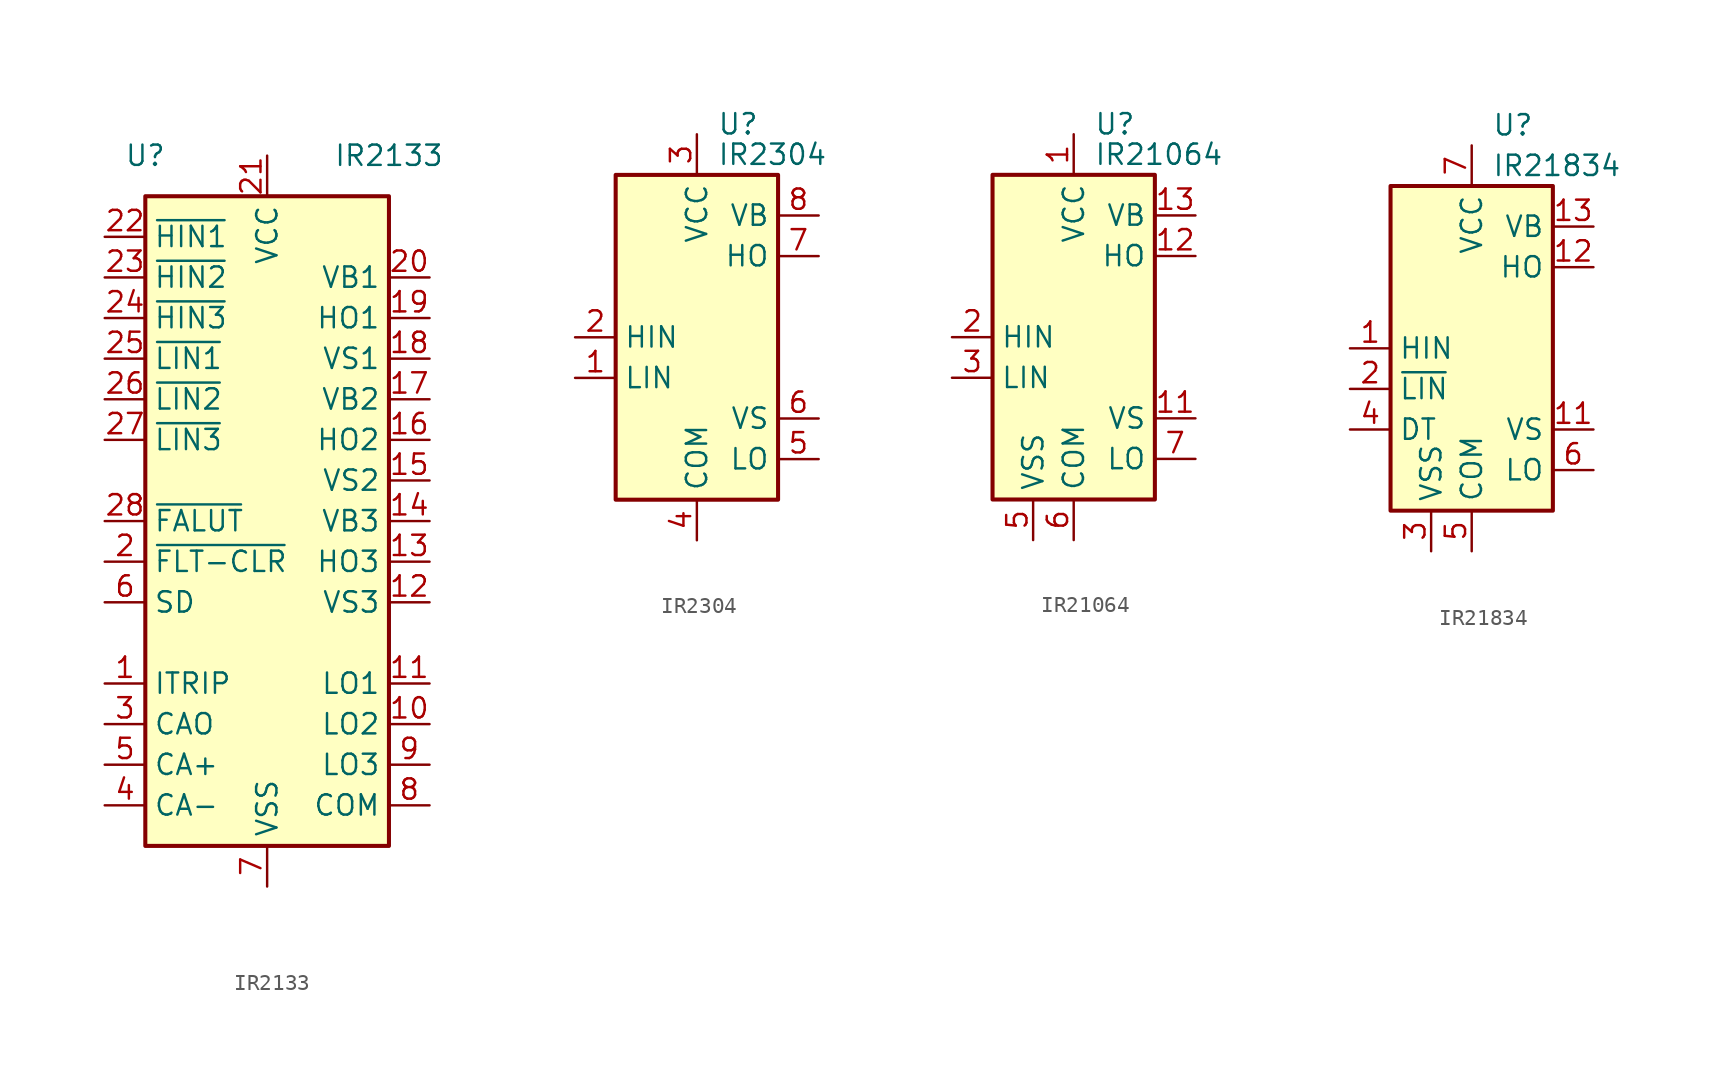
<source format=kicad_sym>
(kicad_symbol_lib
  (version 20211014)
  (generator kicad_symbol_editor)
  (symbol "IR2133"
    (property "Reference" "U"
      (at -7.62 22.86 0)
      (effects (font (size 1.27 1.27))))
    (property "Value" "IR2133"
      (at 7.62 22.86 0)
      (effects (font (size 1.27 1.27))))
    (symbol "IR2133_0_1"
      (rectangle (start -7.62 -20.32) (end 7.62 20.32) (stroke (width 0.254) (type default) (color 0 0 0 0)) (fill (type background))))
    (symbol "IR2133_1_1"
      (pin input line (at -10.16 -10.16 0) (length 2.54) (name "ITRIP" (effects (font (size 1.27 1.27)))) (number "1" (effects (font (size 1.27 1.27)))))
      (pin output line (at 10.16 -12.7 180) (length 2.54) (name "LO2" (effects (font (size 1.27 1.27)))) (number "10" (effects (font (size 1.27 1.27)))))
      (pin output line (at 10.16 -10.16 180) (length 2.54) (name "LO1" (effects (font (size 1.27 1.27)))) (number "11" (effects (font (size 1.27 1.27)))))
      (pin passive line (at 10.16 -5.08 180) (length 2.54) (name "VS3" (effects (font (size 1.27 1.27)))) (number "12" (effects (font (size 1.27 1.27)))))
      (pin output line (at 10.16 -2.54 180) (length 2.54) (name "HO3" (effects (font (size 1.27 1.27)))) (number "13" (effects (font (size 1.27 1.27)))))
      (pin passive line (at 10.16 0 180) (length 2.54) (name "VB3" (effects (font (size 1.27 1.27)))) (number "14" (effects (font (size 1.27 1.27)))))
      (pin passive line (at 10.16 2.54 180) (length 2.54) (name "VS2" (effects (font (size 1.27 1.27)))) (number "15" (effects (font (size 1.27 1.27)))))
      (pin output line (at 10.16 5.08 180) (length 2.54) (name "HO2" (effects (font (size 1.27 1.27)))) (number "16" (effects (font (size 1.27 1.27)))))
      (pin passive line (at 10.16 7.62 180) (length 2.54) (name "VB2" (effects (font (size 1.27 1.27)))) (number "17" (effects (font (size 1.27 1.27)))))
      (pin passive line (at 10.16 10.16 180) (length 2.54) (name "VS1" (effects (font (size 1.27 1.27)))) (number "18" (effects (font (size 1.27 1.27)))))
      (pin output line (at 10.16 12.7 180) (length 2.54) (name "HO1" (effects (font (size 1.27 1.27)))) (number "19" (effects (font (size 1.27 1.27)))))
      (pin input line (at -10.16 -2.54 0) (length 2.54) (name "~{FLT-CLR}" (effects (font (size 1.27 1.27)))) (number "2" (effects (font (size 1.27 1.27)))))
      (pin passive line (at 10.16 15.24 180) (length 2.54) (name "VB1" (effects (font (size 1.27 1.27)))) (number "20" (effects (font (size 1.27 1.27)))))
      (pin power_in line (at 0 22.86 270) (length 2.54) (name "VCC" (effects (font (size 1.27 1.27)))) (number "21" (effects (font (size 1.27 1.27)))))
      (pin input line (at -10.16 17.78 0) (length 2.54) (name "~{HIN1}" (effects (font (size 1.27 1.27)))) (number "22" (effects (font (size 1.27 1.27)))))
      (pin input line (at -10.16 15.24 0) (length 2.54) (name "~{HIN2}" (effects (font (size 1.27 1.27)))) (number "23" (effects (font (size 1.27 1.27)))))
      (pin input line (at -10.16 12.7 0) (length 2.54) (name "~{HIN3}" (effects (font (size 1.27 1.27)))) (number "24" (effects (font (size 1.27 1.27)))))
      (pin input line (at -10.16 10.16 0) (length 2.54) (name "~{LIN1}" (effects (font (size 1.27 1.27)))) (number "25" (effects (font (size 1.27 1.27)))))
      (pin input line (at -10.16 7.62 0) (length 2.54) (name "~{LIN2}" (effects (font (size 1.27 1.27)))) (number "26" (effects (font (size 1.27 1.27)))))
      (pin input line (at -10.16 5.08 0) (length 2.54) (name "~{LIN3}" (effects (font (size 1.27 1.27)))) (number "27" (effects (font (size 1.27 1.27)))))
      (pin output line (at -10.16 0 0) (length 2.54) (name "~{FALUT}" (effects (font (size 1.27 1.27)))) (number "28" (effects (font (size 1.27 1.27)))))
      (pin output line (at -10.16 -12.7 0) (length 2.54) (name "CAO" (effects (font (size 1.27 1.27)))) (number "3" (effects (font (size 1.27 1.27)))))
      (pin input line (at -10.16 -17.78 0) (length 2.54) (name "CA-" (effects (font (size 1.27 1.27)))) (number "4" (effects (font (size 1.27 1.27)))))
      (pin input line (at -10.16 -15.24 0) (length 2.54) (name "CA+" (effects (font (size 1.27 1.27)))) (number "5" (effects (font (size 1.27 1.27)))))
      (pin input line (at -10.16 -5.08 0) (length 2.54) (name "SD" (effects (font (size 1.27 1.27)))) (number "6" (effects (font (size 1.27 1.27)))))
      (pin power_in line (at 0 -22.86 90) (length 2.54) (name "VSS" (effects (font (size 1.27 1.27)))) (number "7" (effects (font (size 1.27 1.27)))))
      (pin passive line (at 10.16 -17.78 180) (length 2.54) (name "COM" (effects (font (size 1.27 1.27)))) (number "8" (effects (font (size 1.27 1.27)))))
      (pin output line (at 10.16 -15.24 180) (length 2.54) (name "LO3" (effects (font (size 1.27 1.27)))) (number "9" (effects (font (size 1.27 1.27)))))))
  (symbol "IR2304"
    (property "Reference" "U"
      (at 1.27 13.335 0)
      (effects (font (size 1.27 1.27)) (justify left)))
    (property "Value" "IR2304"
      (at 1.27 11.43 0)
      (effects (font (size 1.27 1.27)) (justify left)))
    (symbol "IR2304_0_1"
      (rectangle (start -5.08 -10.16) (end 5.08 10.16) (stroke (width 0.254) (type default) (color 0 0 0 0)) (fill (type background))))
    (symbol "IR2304_1_1"
      (pin input line (at -7.62 -2.54 0) (length 2.54) (name "LIN" (effects (font (size 1.27 1.27)))) (number "1" (effects (font (size 1.27 1.27)))))
      (pin input line (at -7.62 0 0) (length 2.54) (name "HIN" (effects (font (size 1.27 1.27)))) (number "2" (effects (font (size 1.27 1.27)))))
      (pin power_in line (at 0 12.7 270) (length 2.54) (name "VCC" (effects (font (size 1.27 1.27)))) (number "3" (effects (font (size 1.27 1.27)))))
      (pin power_in line (at 0 -12.7 90) (length 2.54) (name "COM" (effects (font (size 1.27 1.27)))) (number "4" (effects (font (size 1.27 1.27)))))
      (pin output line (at 7.62 -7.62 180) (length 2.54) (name "LO" (effects (font (size 1.27 1.27)))) (number "5" (effects (font (size 1.27 1.27)))))
      (pin passive line (at 7.62 -5.08 180) (length 2.54) (name "VS" (effects (font (size 1.27 1.27)))) (number "6" (effects (font (size 1.27 1.27)))))
      (pin output line (at 7.62 5.08 180) (length 2.54) (name "HO" (effects (font (size 1.27 1.27)))) (number "7" (effects (font (size 1.27 1.27)))))
      (pin passive line (at 7.62 7.62 180) (length 2.54) (name "VB" (effects (font (size 1.27 1.27)))) (number "8" (effects (font (size 1.27 1.27)))))))
  (symbol "IR21064"
    (property "Reference" "U"
      (at 1.27 13.335 0)
      (effects (font (size 1.27 1.27)) (justify left)))
    (property "Value" "IR21064"
      (at 1.27 11.43 0)
      (effects (font (size 1.27 1.27)) (justify left)))
    (symbol "IR21064_0_1"
      (rectangle (start -5.08 -10.16) (end 5.08 10.16) (stroke (width 0.254) (type default) (color 0 0 0 0)) (fill (type background))))
    (symbol "IR21064_1_1"
      (pin power_in line (at 0 12.7 270) (length 2.54) (name "VCC" (effects (font (size 1.27 1.27)))) (number "1" (effects (font (size 1.27 1.27)))))
      (pin no_connect line (at 5.08 2.54 180) (length 2.54) hide (name "NC" (effects (font (size 1.27 1.27)))) (number "10" (effects (font (size 1.27 1.27)))))
      (pin passive line (at 7.62 -5.08 180) (length 2.54) (name "VS" (effects (font (size 1.27 1.27)))) (number "11" (effects (font (size 1.27 1.27)))))
      (pin output line (at 7.62 5.08 180) (length 2.54) (name "HO" (effects (font (size 1.27 1.27)))) (number "12" (effects (font (size 1.27 1.27)))))
      (pin passive line (at 7.62 7.62 180) (length 2.54) (name "VB" (effects (font (size 1.27 1.27)))) (number "13" (effects (font (size 1.27 1.27)))))
      (pin no_connect line (at 5.08 0 180) (length 2.54) hide (name "NC" (effects (font (size 1.27 1.27)))) (number "14" (effects (font (size 1.27 1.27)))))
      (pin input line (at -7.62 0 0) (length 2.54) (name "HIN" (effects (font (size 1.27 1.27)))) (number "2" (effects (font (size 1.27 1.27)))))
      (pin input line (at -7.62 -2.54 0) (length 2.54) (name "LIN" (effects (font (size 1.27 1.27)))) (number "3" (effects (font (size 1.27 1.27)))))
      (pin no_connect line (at -5.08 7.62 0) (length 2.54) hide (name "NC" (effects (font (size 1.27 1.27)))) (number "4" (effects (font (size 1.27 1.27)))))
      (pin power_in line (at -2.54 -12.7 90) (length 2.54) (name "VSS" (effects (font (size 1.27 1.27)))) (number "5" (effects (font (size 1.27 1.27)))))
      (pin power_in line (at 0 -12.7 90) (length 2.54) (name "COM" (effects (font (size 1.27 1.27)))) (number "6" (effects (font (size 1.27 1.27)))))
      (pin output line (at 7.62 -7.62 180) (length 2.54) (name "LO" (effects (font (size 1.27 1.27)))) (number "7" (effects (font (size 1.27 1.27)))))
      (pin no_connect line (at -5.08 5.08 0) (length 2.54) hide (name "NC" (effects (font (size 1.27 1.27)))) (number "8" (effects (font (size 1.27 1.27)))))
      (pin no_connect line (at -5.08 2.54 0) (length 2.54) hide (name "NC" (effects (font (size 1.27 1.27)))) (number "9" (effects (font (size 1.27 1.27)))))))
  (symbol "IR21834"
    (property "Reference" "U"
      (at 1.27 13.97 0)
      (effects (font (size 1.27 1.27)) (justify left)))
    (property "Value" "IR21834"
      (at 1.27 11.43 0)
      (effects (font (size 1.27 1.27)) (justify left)))
    (symbol "IR21834_0_1"
      (rectangle (start -5.08 -10.16) (end 5.08 10.16) (stroke (width 0.254) (type default) (color 0 0 0 0)) (fill (type background))))
    (symbol "IR21834_1_1"
      (pin input line (at -7.62 0 0) (length 2.54) (name "HIN" (effects (font (size 1.27 1.27)))) (number "1" (effects (font (size 1.27 1.27)))))
      (pin no_connect line (at -5.08 2.54 0) (length 2.54) hide (name "NC" (effects (font (size 1.27 1.27)))) (number "10" (effects (font (size 1.27 1.27)))))
      (pin passive line (at 7.62 -5.08 180) (length 2.54) (name "VS" (effects (font (size 1.27 1.27)))) (number "11" (effects (font (size 1.27 1.27)))))
      (pin output line (at 7.62 5.08 180) (length 2.54) (name "HO" (effects (font (size 1.27 1.27)))) (number "12" (effects (font (size 1.27 1.27)))))
      (pin passive line (at 7.62 7.62 180) (length 2.54) (name "VB" (effects (font (size 1.27 1.27)))) (number "13" (effects (font (size 1.27 1.27)))))
      (pin no_connect line (at 5.08 2.54 180) (length 2.54) hide (name "NC" (effects (font (size 1.27 1.27)))) (number "14" (effects (font (size 1.27 1.27)))))
      (pin input line (at -7.62 -2.54 0) (length 2.54) (name "~{LIN}" (effects (font (size 1.27 1.27)))) (number "2" (effects (font (size 1.27 1.27)))))
      (pin power_in line (at -2.54 -12.7 90) (length 2.54) (name "VSS" (effects (font (size 1.27 1.27)))) (number "3" (effects (font (size 1.27 1.27)))))
      (pin input line (at -7.62 -5.08 0) (length 2.54) (name "DT" (effects (font (size 1.27 1.27)))) (number "4" (effects (font (size 1.27 1.27)))))
      (pin power_in line (at 0 -12.7 90) (length 2.54) (name "COM" (effects (font (size 1.27 1.27)))) (number "5" (effects (font (size 1.27 1.27)))))
      (pin output line (at 7.62 -7.62 180) (length 2.54) (name "LO" (effects (font (size 1.27 1.27)))) (number "6" (effects (font (size 1.27 1.27)))))
      (pin power_in line (at 0 12.7 270) (length 2.54) (name "VCC" (effects (font (size 1.27 1.27)))) (number "7" (effects (font (size 1.27 1.27)))))
      (pin no_connect line (at -5.08 7.62 0) (length 2.54) hide (name "NC" (effects (font (size 1.27 1.27)))) (number "8" (effects (font (size 1.27 1.27)))))
      (pin no_connect line (at -5.08 5.08 0) (length 2.54) hide (name "NC" (effects (font (size 1.27 1.27)))) (number "9" (effects (font (size 1.27 1.27))))))))
</source>
